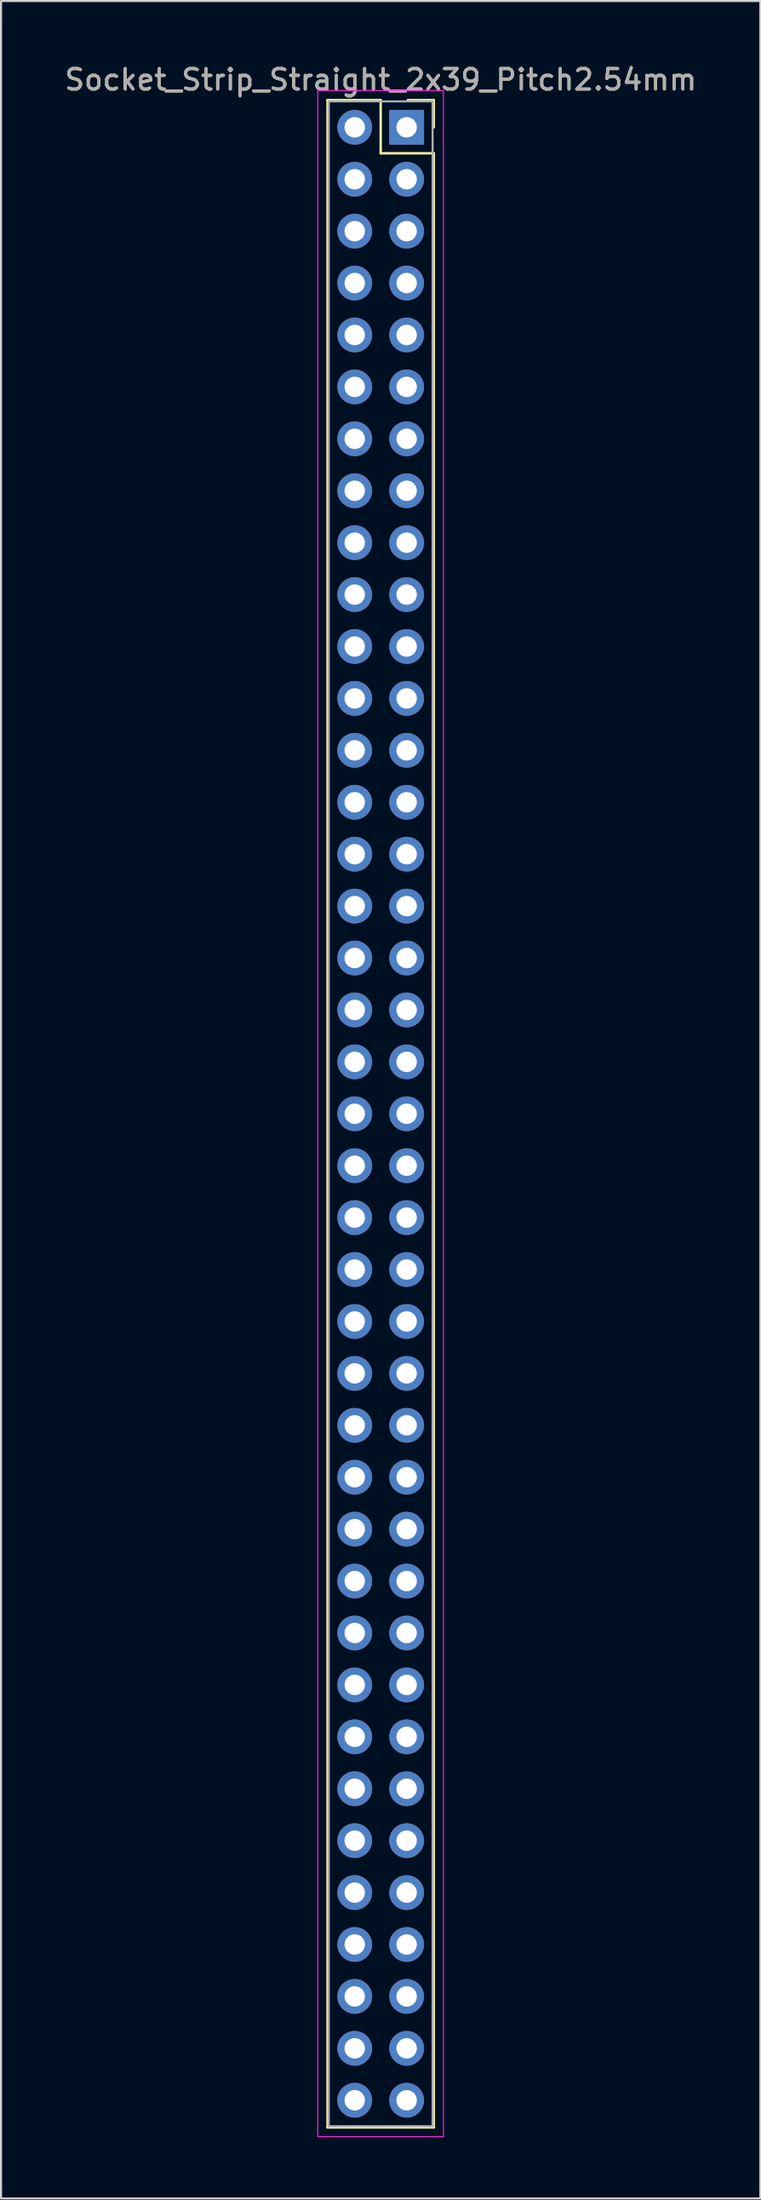
<source format=kicad_pcb>
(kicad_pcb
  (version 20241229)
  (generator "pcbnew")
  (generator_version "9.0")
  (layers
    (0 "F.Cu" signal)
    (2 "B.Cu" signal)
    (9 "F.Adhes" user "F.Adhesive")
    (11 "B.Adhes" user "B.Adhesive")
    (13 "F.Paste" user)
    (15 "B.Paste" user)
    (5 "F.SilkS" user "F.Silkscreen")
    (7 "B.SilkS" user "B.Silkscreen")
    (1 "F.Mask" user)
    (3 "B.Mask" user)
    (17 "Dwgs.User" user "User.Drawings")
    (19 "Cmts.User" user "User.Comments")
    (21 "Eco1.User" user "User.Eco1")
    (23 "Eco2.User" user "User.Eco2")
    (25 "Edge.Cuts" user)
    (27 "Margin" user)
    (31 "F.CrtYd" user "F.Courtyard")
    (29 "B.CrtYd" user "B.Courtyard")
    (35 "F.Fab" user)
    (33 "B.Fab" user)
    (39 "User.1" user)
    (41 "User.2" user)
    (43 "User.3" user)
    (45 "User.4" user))
  (footprint "Socket_Strip_Straight_2x39_Pitch2.54mm"
    (layer "F.Cu")
    (at 16.847 3.178)
    (property "Reference" "Socket_Strip_Straight_2x39_Pitch2.54mm" (at -1.27 -2.33 0) (layer "F.SilkS") (effects (font (size 1 1) (thickness 0.15))))
    (attr through_hole)
    (fp_line (start -3.87 -1.33) (end -1.27 -1.33) (stroke (width 0.12) (type solid)) (layer "F.SilkS"))
    (fp_line (start -3.87 97.85) (end -3.87 -1.33) (stroke (width 0.12) (type solid)) (layer "F.SilkS"))
    (fp_line (start -1.27 -1.33) (end -1.27 1.27) (stroke (width 0.12) (type solid)) (layer "F.SilkS"))
    (fp_line (start -1.27 1.27) (end 1.33 1.27) (stroke (width 0.12) (type solid)) (layer "F.SilkS"))
    (fp_line (start 1.33 -1.33) (end 0.06 -1.33) (stroke (width 0.12) (type solid)) (layer "F.SilkS"))
    (fp_line (start 1.33 0) (end 1.33 -1.33) (stroke (width 0.12) (type solid)) (layer "F.SilkS"))
    (fp_line (start 1.33 1.27) (end 1.33 97.85) (stroke (width 0.12) (type solid)) (layer "F.SilkS"))
    (fp_line (start 1.33 97.85) (end -3.87 97.85) (stroke (width 0.12) (type solid)) (layer "F.SilkS"))
    (fp_line (start -4.35 -1.8) (end -4.35 98.3) (stroke (width 0.05) (type solid)) (layer "F.CrtYd"))
    (fp_line (start -4.35 98.3) (end 1.8 98.3) (stroke (width 0.05) (type solid)) (layer "F.CrtYd"))
    (fp_line (start 1.8 -1.8) (end -4.35 -1.8) (stroke (width 0.05) (type solid)) (layer "F.CrtYd"))
    (fp_line (start 1.8 98.3) (end 1.8 -1.8) (stroke (width 0.05) (type solid)) (layer "F.CrtYd"))
    (fp_line (start -3.81 -1.27) (end -3.81 97.79) (stroke (width 0.1) (type solid)) (layer "F.Fab"))
    (fp_line (start -3.81 97.79) (end 1.27 97.79) (stroke (width 0.1) (type solid)) (layer "F.Fab"))
    (fp_line (start 1.27 -1.27) (end -3.81 -1.27) (stroke (width 0.1) (type solid)) (layer "F.Fab"))
    (fp_line (start 1.27 97.79) (end 1.27 -1.27) (stroke (width 0.1) (type solid)) (layer "F.Fab"))
    (fp_text user "${REFERENCE}" (at -1.27 -2.33 0) (layer "F.Fab") (effects (font (size 1 1) (thickness 0.15))))
    (pad "1" thru_hole rect (at 0 0) (size 1.7 1.7) (drill 1) (layers "*.Cu" "*.Mask"))
    (pad "2" thru_hole oval (at -2.54 0) (size 1.7 1.7) (drill 1) (layers "*.Cu" "*.Mask"))
    (pad "3" thru_hole oval (at 0 2.54) (size 1.7 1.7) (drill 1) (layers "*.Cu" "*.Mask"))
    (pad "4" thru_hole oval (at -2.54 2.54) (size 1.7 1.7) (drill 1) (layers "*.Cu" "*.Mask"))
    (pad "5" thru_hole oval (at 0 5.08) (size 1.7 1.7) (drill 1) (layers "*.Cu" "*.Mask"))
    (pad "6" thru_hole oval (at -2.54 5.08) (size 1.7 1.7) (drill 1) (layers "*.Cu" "*.Mask"))
    (pad "7" thru_hole oval (at 0 7.62) (size 1.7 1.7) (drill 1) (layers "*.Cu" "*.Mask"))
    (pad "8" thru_hole oval (at -2.54 7.62) (size 1.7 1.7) (drill 1) (layers "*.Cu" "*.Mask"))
    (pad "9" thru_hole oval (at 0 10.16) (size 1.7 1.7) (drill 1) (layers "*.Cu" "*.Mask"))
    (pad "10" thru_hole oval (at -2.54 10.16) (size 1.7 1.7) (drill 1) (layers "*.Cu" "*.Mask"))
    (pad "11" thru_hole oval (at 0 12.7) (size 1.7 1.7) (drill 1) (layers "*.Cu" "*.Mask"))
    (pad "12" thru_hole oval (at -2.54 12.7) (size 1.7 1.7) (drill 1) (layers "*.Cu" "*.Mask"))
    (pad "13" thru_hole oval (at 0 15.24) (size 1.7 1.7) (drill 1) (layers "*.Cu" "*.Mask"))
    (pad "14" thru_hole oval (at -2.54 15.24) (size 1.7 1.7) (drill 1) (layers "*.Cu" "*.Mask"))
    (pad "15" thru_hole oval (at 0 17.78) (size 1.7 1.7) (drill 1) (layers "*.Cu" "*.Mask"))
    (pad "16" thru_hole oval (at -2.54 17.78) (size 1.7 1.7) (drill 1) (layers "*.Cu" "*.Mask"))
    (pad "17" thru_hole oval (at 0 20.32) (size 1.7 1.7) (drill 1) (layers "*.Cu" "*.Mask"))
    (pad "18" thru_hole oval (at -2.54 20.32) (size 1.7 1.7) (drill 1) (layers "*.Cu" "*.Mask"))
    (pad "19" thru_hole oval (at 0 22.86) (size 1.7 1.7) (drill 1) (layers "*.Cu" "*.Mask"))
    (pad "20" thru_hole oval (at -2.54 22.86) (size 1.7 1.7) (drill 1) (layers "*.Cu" "*.Mask"))
    (pad "21" thru_hole oval (at 0 25.4) (size 1.7 1.7) (drill 1) (layers "*.Cu" "*.Mask"))
    (pad "22" thru_hole oval (at -2.54 25.4) (size 1.7 1.7) (drill 1) (layers "*.Cu" "*.Mask"))
    (pad "23" thru_hole oval (at 0 27.94) (size 1.7 1.7) (drill 1) (layers "*.Cu" "*.Mask"))
    (pad "24" thru_hole oval (at -2.54 27.94) (size 1.7 1.7) (drill 1) (layers "*.Cu" "*.Mask"))
    (pad "25" thru_hole oval (at 0 30.48) (size 1.7 1.7) (drill 1) (layers "*.Cu" "*.Mask"))
    (pad "26" thru_hole oval (at -2.54 30.48) (size 1.7 1.7) (drill 1) (layers "*.Cu" "*.Mask"))
    (pad "27" thru_hole oval (at 0 33.02) (size 1.7 1.7) (drill 1) (layers "*.Cu" "*.Mask"))
    (pad "28" thru_hole oval (at -2.54 33.02) (size 1.7 1.7) (drill 1) (layers "*.Cu" "*.Mask"))
    (pad "29" thru_hole oval (at 0 35.56) (size 1.7 1.7) (drill 1) (layers "*.Cu" "*.Mask"))
    (pad "30" thru_hole oval (at -2.54 35.56) (size 1.7 1.7) (drill 1) (layers "*.Cu" "*.Mask"))
    (pad "31" thru_hole oval (at 0 38.1) (size 1.7 1.7) (drill 1) (layers "*.Cu" "*.Mask"))
    (pad "32" thru_hole oval (at -2.54 38.1) (size 1.7 1.7) (drill 1) (layers "*.Cu" "*.Mask"))
    (pad "33" thru_hole oval (at 0 40.64) (size 1.7 1.7) (drill 1) (layers "*.Cu" "*.Mask"))
    (pad "34" thru_hole oval (at -2.54 40.64) (size 1.7 1.7) (drill 1) (layers "*.Cu" "*.Mask"))
    (pad "35" thru_hole oval (at 0 43.18) (size 1.7 1.7) (drill 1) (layers "*.Cu" "*.Mask"))
    (pad "36" thru_hole oval (at -2.54 43.18) (size 1.7 1.7) (drill 1) (layers "*.Cu" "*.Mask"))
    (pad "37" thru_hole oval (at 0 45.72) (size 1.7 1.7) (drill 1) (layers "*.Cu" "*.Mask"))
    (pad "38" thru_hole oval (at -2.54 45.72) (size 1.7 1.7) (drill 1) (layers "*.Cu" "*.Mask"))
    (pad "39" thru_hole oval (at 0 48.26) (size 1.7 1.7) (drill 1) (layers "*.Cu" "*.Mask"))
    (pad "40" thru_hole oval (at -2.54 48.26) (size 1.7 1.7) (drill 1) (layers "*.Cu" "*.Mask"))
    (pad "41" thru_hole oval (at 0 50.8) (size 1.7 1.7) (drill 1) (layers "*.Cu" "*.Mask"))
    (pad "42" thru_hole oval (at -2.54 50.8) (size 1.7 1.7) (drill 1) (layers "*.Cu" "*.Mask"))
    (pad "43" thru_hole oval (at 0 53.34) (size 1.7 1.7) (drill 1) (layers "*.Cu" "*.Mask"))
    (pad "44" thru_hole oval (at -2.54 53.34) (size 1.7 1.7) (drill 1) (layers "*.Cu" "*.Mask"))
    (pad "45" thru_hole oval (at 0 55.88) (size 1.7 1.7) (drill 1) (layers "*.Cu" "*.Mask"))
    (pad "46" thru_hole oval (at -2.54 55.88) (size 1.7 1.7) (drill 1) (layers "*.Cu" "*.Mask"))
    (pad "47" thru_hole oval (at 0 58.42) (size 1.7 1.7) (drill 1) (layers "*.Cu" "*.Mask"))
    (pad "48" thru_hole oval (at -2.54 58.42) (size 1.7 1.7) (drill 1) (layers "*.Cu" "*.Mask"))
    (pad "49" thru_hole oval (at 0 60.96) (size 1.7 1.7) (drill 1) (layers "*.Cu" "*.Mask"))
    (pad "50" thru_hole oval (at -2.54 60.96) (size 1.7 1.7) (drill 1) (layers "*.Cu" "*.Mask"))
    (pad "51" thru_hole oval (at 0 63.5) (size 1.7 1.7) (drill 1) (layers "*.Cu" "*.Mask"))
    (pad "52" thru_hole oval (at -2.54 63.5) (size 1.7 1.7) (drill 1) (layers "*.Cu" "*.Mask"))
    (pad "53" thru_hole oval (at 0 66.04) (size 1.7 1.7) (drill 1) (layers "*.Cu" "*.Mask"))
    (pad "54" thru_hole oval (at -2.54 66.04) (size 1.7 1.7) (drill 1) (layers "*.Cu" "*.Mask"))
    (pad "55" thru_hole oval (at 0 68.58) (size 1.7 1.7) (drill 1) (layers "*.Cu" "*.Mask"))
    (pad "56" thru_hole oval (at -2.54 68.58) (size 1.7 1.7) (drill 1) (layers "*.Cu" "*.Mask"))
    (pad "57" thru_hole oval (at 0 71.12) (size 1.7 1.7) (drill 1) (layers "*.Cu" "*.Mask"))
    (pad "58" thru_hole oval (at -2.54 71.12) (size 1.7 1.7) (drill 1) (layers "*.Cu" "*.Mask"))
    (pad "59" thru_hole oval (at 0 73.66) (size 1.7 1.7) (drill 1) (layers "*.Cu" "*.Mask"))
    (pad "60" thru_hole oval (at -2.54 73.66) (size 1.7 1.7) (drill 1) (layers "*.Cu" "*.Mask"))
    (pad "61" thru_hole oval (at 0 76.2) (size 1.7 1.7) (drill 1) (layers "*.Cu" "*.Mask"))
    (pad "62" thru_hole oval (at -2.54 76.2) (size 1.7 1.7) (drill 1) (layers "*.Cu" "*.Mask"))
    (pad "63" thru_hole oval (at 0 78.74) (size 1.7 1.7) (drill 1) (layers "*.Cu" "*.Mask"))
    (pad "64" thru_hole oval (at -2.54 78.74) (size 1.7 1.7) (drill 1) (layers "*.Cu" "*.Mask"))
    (pad "65" thru_hole oval (at 0 81.28) (size 1.7 1.7) (drill 1) (layers "*.Cu" "*.Mask"))
    (pad "66" thru_hole oval (at -2.54 81.28) (size 1.7 1.7) (drill 1) (layers "*.Cu" "*.Mask"))
    (pad "67" thru_hole oval (at 0 83.82) (size 1.7 1.7) (drill 1) (layers "*.Cu" "*.Mask"))
    (pad "68" thru_hole oval (at -2.54 83.82) (size 1.7 1.7) (drill 1) (layers "*.Cu" "*.Mask"))
    (pad "69" thru_hole oval (at 0 86.36) (size 1.7 1.7) (drill 1) (layers "*.Cu" "*.Mask"))
    (pad "70" thru_hole oval (at -2.54 86.36) (size 1.7 1.7) (drill 1) (layers "*.Cu" "*.Mask"))
    (pad "71" thru_hole oval (at 0 88.9) (size 1.7 1.7) (drill 1) (layers "*.Cu" "*.Mask"))
    (pad "72" thru_hole oval (at -2.54 88.9) (size 1.7 1.7) (drill 1) (layers "*.Cu" "*.Mask"))
    (pad "73" thru_hole oval (at 0 91.44) (size 1.7 1.7) (drill 1) (layers "*.Cu" "*.Mask"))
    (pad "74" thru_hole oval (at -2.54 91.44) (size 1.7 1.7) (drill 1) (layers "*.Cu" "*.Mask"))
    (pad "75" thru_hole oval (at 0 93.98) (size 1.7 1.7) (drill 1) (layers "*.Cu" "*.Mask"))
    (pad "76" thru_hole oval (at -2.54 93.98) (size 1.7 1.7) (drill 1) (layers "*.Cu" "*.Mask"))
    (pad "77" thru_hole oval (at 0 96.52) (size 1.7 1.7) (drill 1) (layers "*.Cu" "*.Mask"))
    (pad "78" thru_hole oval (at -2.54 96.52) (size 1.7 1.7) (drill 1) (layers "*.Cu" "*.Mask")))
  (gr_rect
    (start -3 -3)
    (end 34.155 104.503)
    (stroke (width 0.1) (type default))
    (fill no)
    (layer "Edge.Cuts")))
</source>
